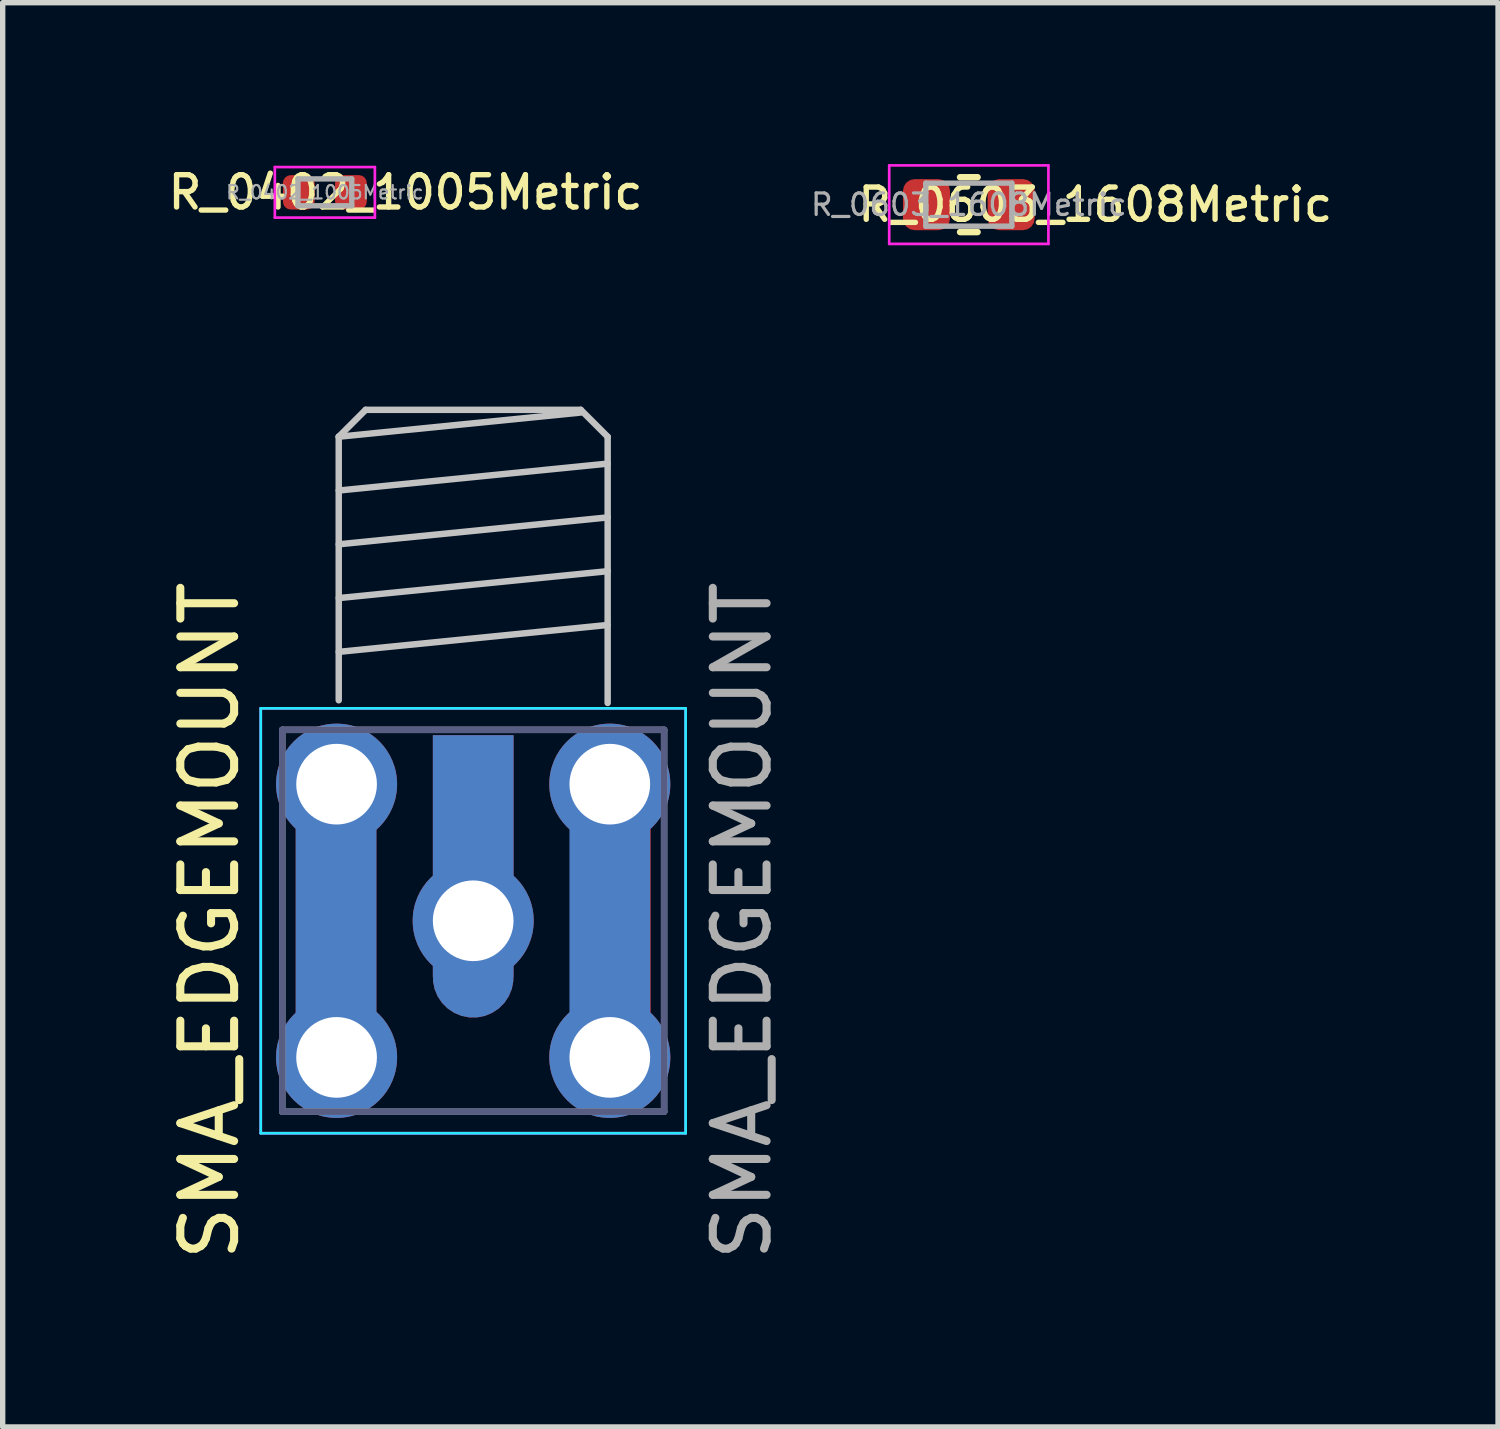
<source format=kicad_pcb>
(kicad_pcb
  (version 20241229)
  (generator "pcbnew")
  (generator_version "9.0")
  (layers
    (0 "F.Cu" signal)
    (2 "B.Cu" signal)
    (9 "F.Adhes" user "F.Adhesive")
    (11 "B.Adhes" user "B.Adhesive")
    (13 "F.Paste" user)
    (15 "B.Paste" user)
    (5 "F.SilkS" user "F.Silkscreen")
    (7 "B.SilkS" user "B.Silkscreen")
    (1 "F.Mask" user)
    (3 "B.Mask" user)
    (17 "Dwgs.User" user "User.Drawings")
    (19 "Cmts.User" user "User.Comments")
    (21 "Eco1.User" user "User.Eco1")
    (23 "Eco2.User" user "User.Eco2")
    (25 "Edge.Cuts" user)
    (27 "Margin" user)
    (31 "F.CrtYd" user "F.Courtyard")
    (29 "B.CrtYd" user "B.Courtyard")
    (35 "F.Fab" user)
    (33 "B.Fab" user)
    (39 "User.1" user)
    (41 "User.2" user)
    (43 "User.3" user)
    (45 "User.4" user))
  (footprint "R_0603_1608Metric"
    (layer "F.Cu")
    (at 14.963 0.755)
    (property "Reference" "R_0603_1608Metric" (at 2.35 0 0) (layer "F.SilkS") (effects (font (size 0.6 0.6) (thickness 0.1))))
    (attr smd)
    (fp_line (start -0.163 -0.51) (end 0.163 -0.51) (stroke (width 0.12) (type solid)) (layer "F.SilkS"))
    (fp_line (start -0.163 0.51) (end 0.163 0.51) (stroke (width 0.12) (type solid)) (layer "F.SilkS"))
    (fp_line (start -1.48 -0.73) (end 1.48 -0.73) (stroke (width 0.05) (type solid)) (layer "F.CrtYd"))
    (fp_line (start -1.48 0.73) (end -1.48 -0.73) (stroke (width 0.05) (type solid)) (layer "F.CrtYd"))
    (fp_line (start 1.48 -0.73) (end 1.48 0.73) (stroke (width 0.05) (type solid)) (layer "F.CrtYd"))
    (fp_line (start 1.48 0.73) (end -1.48 0.73) (stroke (width 0.05) (type solid)) (layer "F.CrtYd"))
    (fp_line (start -0.8 -0.4) (end 0.8 -0.4) (stroke (width 0.1) (type solid)) (layer "F.Fab"))
    (fp_line (start -0.8 0.4) (end -0.8 -0.4) (stroke (width 0.1) (type solid)) (layer "F.Fab"))
    (fp_line (start 0.8 -0.4) (end 0.8 0.4) (stroke (width 0.1) (type solid)) (layer "F.Fab"))
    (fp_line (start 0.8 0.4) (end -0.8 0.4) (stroke (width 0.1) (type solid)) (layer "F.Fab"))
    (fp_text user "${REFERENCE}" (at 0 0 180) (layer "F.Fab") (effects (font (size 0.4 0.4) (thickness 0.06))))
    (pad "1" smd roundrect (at -0.787 0) (size 0.875 0.95) (layers "F.Cu" "F.Mask" "F.Paste") (roundrect_rratio 0.25))
    (pad "2" smd roundrect (at 0.787 0) (size 0.875 0.95) (layers "F.Cu" "F.Mask" "F.Paste") (roundrect_rratio 0.25)))
  (footprint "SMA_EDGEMOUNT"
    (layer "F.Cu")
    (at 5.748 14.07)
    (property "Reference" "SMA_EDGEMOUNT" (at -4.9 0 90) (layer "F.SilkS") (effects (font (size 1 1) (thickness 0.15))))
    (attr through_hole)
    (fp_line (start -3.55 -1.41) (end -3.55 1.4) (stroke (width 0.1) (type solid)) (layer "F.SilkS"))
    (fp_line (start -0.9 -3.55) (end -1.5 -3.55) (stroke (width 0.1) (type solid)) (layer "F.SilkS"))
    (fp_line (start -0.75 3.55) (end 0.75 3.55) (stroke (width 0.1) (type solid)) (layer "F.SilkS"))
    (fp_line (start 0.9 -3.55) (end 1.5 -3.55) (stroke (width 0.1) (type solid)) (layer "F.SilkS"))
    (fp_line (start 3.55 -1.6) (end 3.55 1.4) (stroke (width 0.1) (type solid)) (layer "F.SilkS"))
    (fp_line (start -3.55 -1.41) (end -3.55 1.4) (stroke (width 0.1) (type solid)) (layer "B.SilkS"))
    (fp_line (start -0.9 -3.55) (end -1.5 -3.55) (stroke (width 0.1) (type solid)) (layer "B.SilkS"))
    (fp_line (start -0.75 3.55) (end 0.75 3.55) (stroke (width 0.1) (type solid)) (layer "B.SilkS"))
    (fp_line (start 0.9 -3.55) (end 1.5 -3.55) (stroke (width 0.1) (type solid)) (layer "B.SilkS"))
    (fp_line (start 3.55 -1.6) (end 3.55 1.4) (stroke (width 0.1) (type solid)) (layer "B.SilkS"))
    (fp_line (start -2.5 -9) (end -2.5 -4.1) (stroke (width 0.12) (type solid)) (layer "Dwgs.User"))
    (fp_line (start -2.5 -9) (end -2 -9.5) (stroke (width 0.12) (type solid)) (layer "Dwgs.User"))
    (fp_line (start -2.5 -9) (end 2 -9.45) (stroke (width 0.12) (type solid)) (layer "Dwgs.User"))
    (fp_line (start -2.5 -8) (end 2.5 -8.5) (stroke (width 0.12) (type solid)) (layer "Dwgs.User"))
    (fp_line (start -2.5 -7) (end 2.5 -7.5) (stroke (width 0.12) (type solid)) (layer "Dwgs.User"))
    (fp_line (start -2.5 -6) (end 2.5 -6.5) (stroke (width 0.12) (type solid)) (layer "Dwgs.User"))
    (fp_line (start -2.5 -5) (end 2.5 -5.5) (stroke (width 0.12) (type solid)) (layer "Dwgs.User"))
    (fp_line (start 2 -9.5) (end -2 -9.5) (stroke (width 0.12) (type solid)) (layer "Dwgs.User"))
    (fp_line (start 2 -9.5) (end 2.5 -9) (stroke (width 0.12) (type solid)) (layer "Dwgs.User"))
    (fp_line (start 2.5 -9) (end 2.5 -4.05) (stroke (width 0.12) (type solid)) (layer "Dwgs.User"))
    (fp_line (start -3.95 -3.95) (end -3.95 3.95) (stroke (width 0.05) (type solid)) (layer "B.CrtYd"))
    (fp_line (start -3.95 -3.95) (end 3.95 -3.95) (stroke (width 0.05) (type solid)) (layer "B.CrtYd"))
    (fp_line (start 3.95 -3.95) (end 3.95 3.95) (stroke (width 0.05) (type solid)) (layer "B.CrtYd"))
    (fp_line (start 3.95 3.95) (end -3.95 3.95) (stroke (width 0.05) (type solid)) (layer "B.CrtYd"))
    (fp_line (start -3.95 -3.95) (end -3.95 3.95) (stroke (width 0.05) (type solid)) (layer "F.CrtYd"))
    (fp_line (start -3.95 -3.95) (end 3.95 -3.95) (stroke (width 0.05) (type solid)) (layer "F.CrtYd"))
    (fp_line (start 3.95 -3.95) (end 3.95 3.95) (stroke (width 0.05) (type solid)) (layer "F.CrtYd"))
    (fp_line (start 3.95 3.95) (end -3.95 3.95) (stroke (width 0.05) (type solid)) (layer "F.CrtYd"))
    (fp_line (start -3.55 -3.55) (end -3.55 3.55) (stroke (width 0.12) (type solid)) (layer "B.Fab"))
    (fp_line (start -3.55 -3.55) (end 3.55 -3.55) (stroke (width 0.12) (type solid)) (layer "B.Fab"))
    (fp_line (start -3.55 3.55) (end 3.55 3.55) (stroke (width 0.12) (type solid)) (layer "B.Fab"))
    (fp_line (start 3.55 -3.55) (end 3.55 3.55) (stroke (width 0.12) (type solid)) (layer "B.Fab"))
    (fp_line (start -3.55 -3.55) (end -3.55 3.55) (stroke (width 0.12) (type solid)) (layer "F.Fab"))
    (fp_line (start -3.55 -3.55) (end 3.55 -3.55) (stroke (width 0.12) (type solid)) (layer "F.Fab"))
    (fp_line (start -3.55 3.55) (end 3.55 3.55) (stroke (width 0.12) (type solid)) (layer "F.Fab"))
    (fp_line (start 3.55 -3.55) (end 3.55 3.55) (stroke (width 0.12) (type solid)) (layer "F.Fab"))
    (fp_text user "${REFERENCE}" (at 5 0 90) (layer "F.Fab") (effects (font (size 1 1) (thickness 0.15))))
    (pad "1" smd custom (at 0 -1.2) (size 1.5 4.5) (layers "F.Cu" "F.Mask") (options (anchor rect)) (primitives (gr_circle (center 0 2.25) (end 0.25 2.25) (width 1) (fill no))))
    (pad "1" smd custom (at 0 -1.2) (size 1.5 4.5) (layers "B.Cu" "B.Mask") (options (anchor rect)) (primitives (gr_circle (center 0 2.25) (end 0.25 2.25) (width 1) (fill no))))
    (pad "1" thru_hole circle (at 0 0) (size 2.25 2.25) (drill 1.5) (layers "*.Cu" "*.Mask"))
    (pad "2" smd rect (at -2.55 -0.06) (size 1.5 5) (layers "B.Cu" "B.Mask"))
    (pad "2" smd rect (at -2.55 -0.05) (size 1.5 5) (layers "F.Cu" "F.Mask"))
    (pad "2" thru_hole circle (at -2.54 -2.54) (size 2.25 2.25) (drill 1.5) (layers "*.Cu" "*.Mask"))
    (pad "2" thru_hole circle (at -2.54 2.54) (size 2.25 2.25) (drill 1.5) (layers "*.Cu" "*.Mask"))
    (pad "2" thru_hole circle (at 2.54 -2.54) (size 2.25 2.25) (drill 1.5) (layers "*.Cu" "*.Mask"))
    (pad "2" smd rect (at 2.54 -0.01) (size 1.5 5) (layers "B.Cu" "B.Mask"))
    (pad "2" thru_hole circle (at 2.54 2.54 90) (size 2.25 2.25) (drill 1.5) (layers "*.Cu" "*.Mask"))
    (pad "2" smd rect (at 2.55 0) (size 1.5 5) (layers "F.Cu" "F.Mask")))
  (footprint "R_0402_1005Metric"
    (layer "F.Cu")
    (at 2.99 0.526)
    (property "Reference" "R_0402_1005Metric" (at 1.5 0 0) (layer "F.SilkS") (effects (font (size 0.6 0.6) (thickness 0.1))))
    (attr smd)
    (fp_line (start -0.93 -0.47) (end 0.93 -0.47) (stroke (width 0.05) (type solid)) (layer "F.CrtYd"))
    (fp_line (start -0.93 0.47) (end -0.93 -0.47) (stroke (width 0.05) (type solid)) (layer "F.CrtYd"))
    (fp_line (start 0.93 -0.47) (end 0.93 0.47) (stroke (width 0.05) (type solid)) (layer "F.CrtYd"))
    (fp_line (start 0.93 0.47) (end -0.93 0.47) (stroke (width 0.05) (type solid)) (layer "F.CrtYd"))
    (fp_line (start -0.5 -0.25) (end 0.5 -0.25) (stroke (width 0.1) (type solid)) (layer "F.Fab"))
    (fp_line (start -0.5 0.25) (end -0.5 -0.25) (stroke (width 0.1) (type solid)) (layer "F.Fab"))
    (fp_line (start 0.5 -0.25) (end 0.5 0.25) (stroke (width 0.1) (type solid)) (layer "F.Fab"))
    (fp_line (start 0.5 0.25) (end -0.5 0.25) (stroke (width 0.1) (type solid)) (layer "F.Fab"))
    (fp_text user "${REFERENCE}" (at 0 0 0) (layer "F.Fab") (effects (font (size 0.25 0.25) (thickness 0.04))))
    (pad "1" smd roundrect (at -0.485 0) (size 0.59 0.64) (layers "F.Cu" "F.Mask" "F.Paste") (roundrect_rratio 0.25))
    (pad "2" smd roundrect (at 0.485 0) (size 0.59 0.64) (layers "F.Cu" "F.Mask" "F.Paste") (roundrect_rratio 0.25)))
  (gr_rect
    (start -3 -3)
    (end 24.803 23.481)
    (stroke (width 0.1) (type default))
    (fill no)
    (layer "Edge.Cuts")))
</source>
